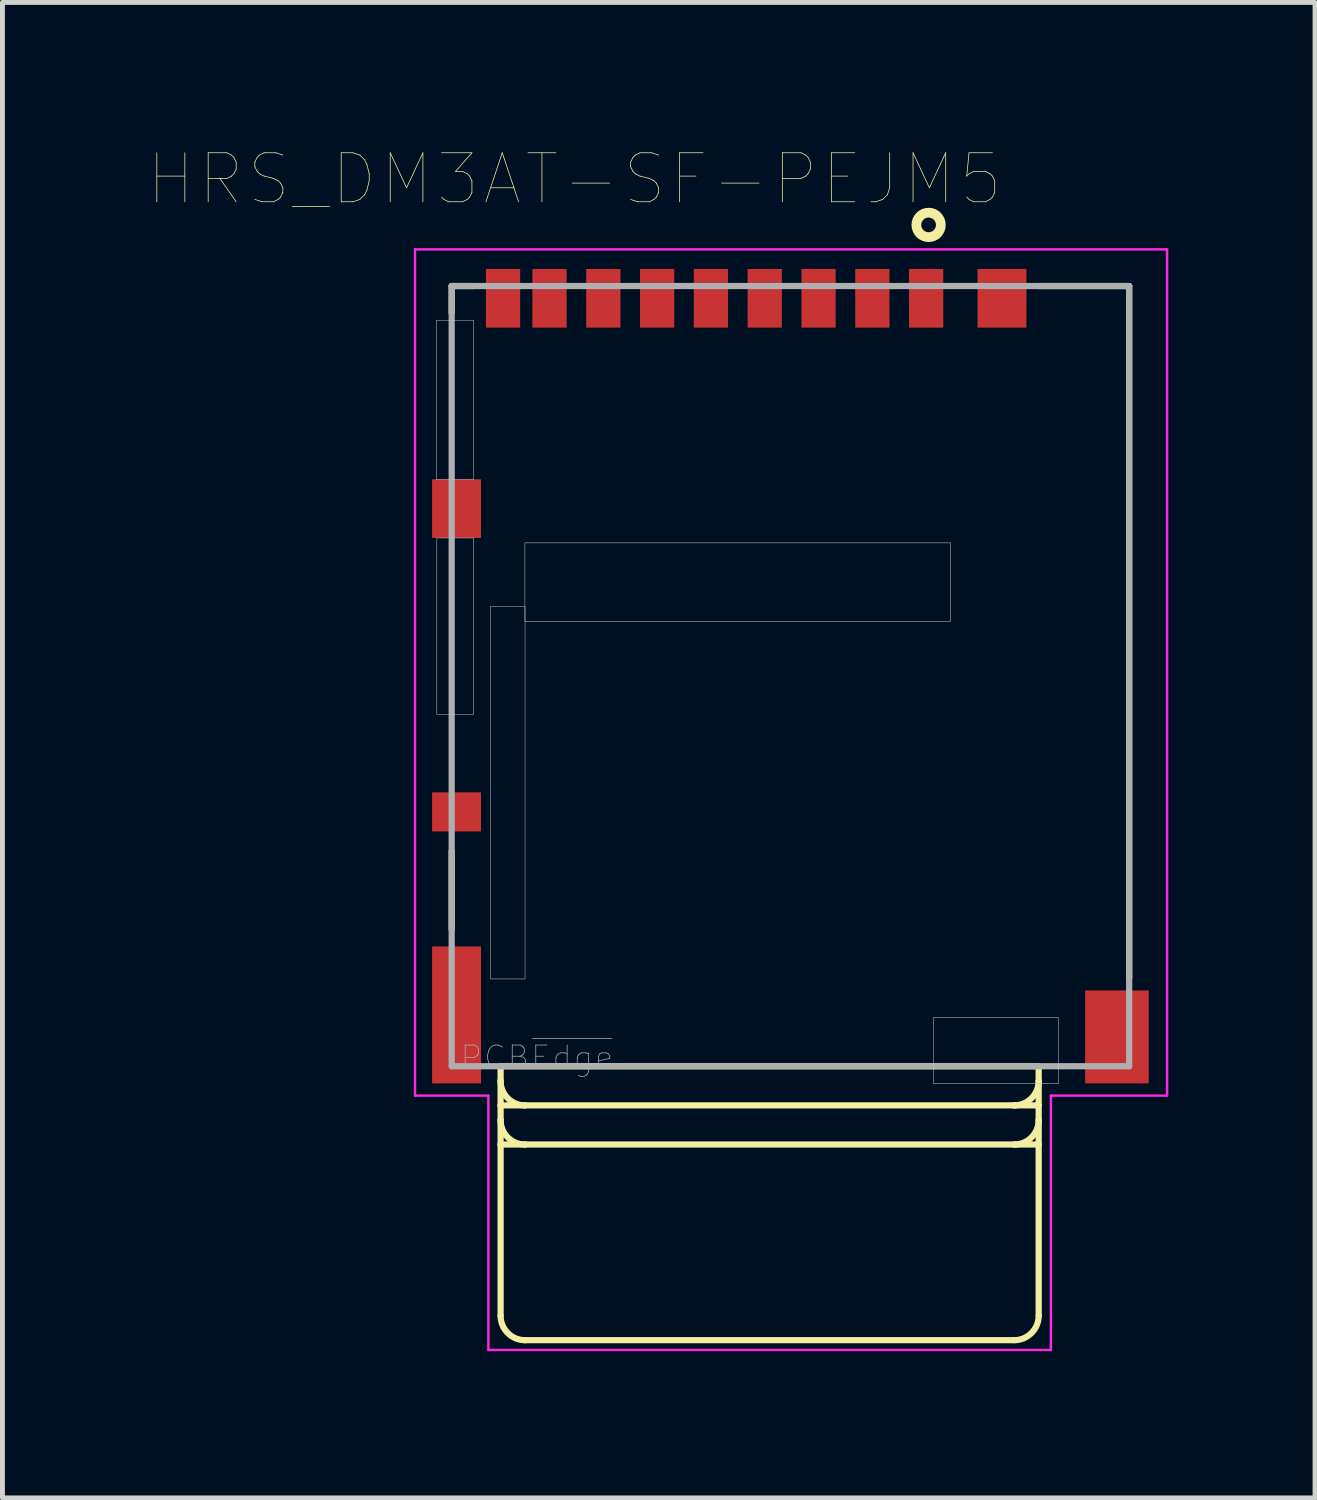
<source format=kicad_pcb>
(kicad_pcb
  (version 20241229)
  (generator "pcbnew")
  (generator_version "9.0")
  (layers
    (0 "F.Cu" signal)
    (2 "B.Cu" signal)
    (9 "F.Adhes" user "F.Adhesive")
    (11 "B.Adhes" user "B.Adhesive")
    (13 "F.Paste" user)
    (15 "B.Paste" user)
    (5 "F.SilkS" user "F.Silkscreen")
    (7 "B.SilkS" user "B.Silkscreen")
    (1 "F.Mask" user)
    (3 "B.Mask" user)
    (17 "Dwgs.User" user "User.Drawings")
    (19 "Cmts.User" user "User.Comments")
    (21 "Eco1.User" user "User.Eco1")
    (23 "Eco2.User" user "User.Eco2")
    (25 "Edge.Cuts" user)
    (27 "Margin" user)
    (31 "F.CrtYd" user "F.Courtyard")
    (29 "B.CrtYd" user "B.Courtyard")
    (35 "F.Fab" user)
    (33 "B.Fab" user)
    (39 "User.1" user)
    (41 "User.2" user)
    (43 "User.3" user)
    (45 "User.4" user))
  (footprint "HRS_DM3AT-SF-PEJM5"
    (layer "F.Cu")
    (at 12.684 3.048)
    (property "Reference" "HRS_DM3AT-SF-PEJM5" (at -3.987 -2.436 0) (layer "F.SilkS") (effects (font (size 1.002 1.002) (thickness 0.015))))
    (attr through_hole)
    (fp_line (start -6.5 -0.25) (end -6.5 0.3) (stroke (width 0.127) (type solid)) (layer "F.SilkS"))
    (fp_line (start -6.5 12.9) (end -6.5 11.3) (stroke (width 0.127) (type solid)) (layer "F.SilkS"))
    (fp_line (start -6.05 -0.25) (end -6.5 -0.25) (stroke (width 0.127) (type solid)) (layer "F.SilkS"))
    (fp_line (start -5.5 15.7) (end -5.5 16) (stroke (width 0.127) (type solid)) (layer "F.SilkS"))
    (fp_line (start -5.5 15.7) (end 5.5 15.7) (stroke (width 0.127) (type solid)) (layer "F.SilkS"))
    (fp_line (start -5.5 16.5) (end -5.5 16) (stroke (width 0.127) (type solid)) (layer "F.SilkS"))
    (fp_line (start -5.5 16.5) (end -5.5 16.8) (stroke (width 0.127) (type solid)) (layer "F.SilkS"))
    (fp_line (start -5.5 17.3) (end -5.5 16.8) (stroke (width 0.127) (type solid)) (layer "F.SilkS"))
    (fp_line (start -5.5 17.3) (end -5.5 20.8) (stroke (width 0.127) (type solid)) (layer "F.SilkS"))
    (fp_line (start -5 16.5) (end -5.5 16.5) (stroke (width 0.127) (type solid)) (layer "F.SilkS"))
    (fp_line (start -5 17.3) (end -5.5 17.3) (stroke (width 0.127) (type solid)) (layer "F.SilkS"))
    (fp_line (start 5 16.5) (end -5 16.5) (stroke (width 0.127) (type solid)) (layer "F.SilkS"))
    (fp_line (start 5 17.3) (end -5 17.3) (stroke (width 0.127) (type solid)) (layer "F.SilkS"))
    (fp_line (start 5 21.3) (end -5 21.3) (stroke (width 0.127) (type solid)) (layer "F.SilkS"))
    (fp_line (start 5.5 -0.25) (end 7.35 -0.25) (stroke (width 0.127) (type solid)) (layer "F.SilkS"))
    (fp_line (start 5.5 15.7) (end 5.5 16) (stroke (width 0.127) (type solid)) (layer "F.SilkS"))
    (fp_line (start 5.5 16) (end 5.5 16.5) (stroke (width 0.127) (type solid)) (layer "F.SilkS"))
    (fp_line (start 5.5 16.5) (end 5 16.5) (stroke (width 0.127) (type solid)) (layer "F.SilkS"))
    (fp_line (start 5.5 16.5) (end 5.5 16.8) (stroke (width 0.127) (type solid)) (layer "F.SilkS"))
    (fp_line (start 5.5 16.8) (end 5.5 17.3) (stroke (width 0.127) (type solid)) (layer "F.SilkS"))
    (fp_line (start 5.5 17.3) (end 5 17.3) (stroke (width 0.127) (type solid)) (layer "F.SilkS"))
    (fp_line (start 5.5 17.3) (end 5.5 20.8) (stroke (width 0.127) (type solid)) (layer "F.SilkS"))
    (fp_line (start 7.35 -0.25) (end 7.35 13.9) (stroke (width 0.127) (type solid)) (layer "F.SilkS"))
    (fp_arc (start -5 16.5) (mid -5.353553 16.353553) (end -5.5 16) (stroke (width 0.127) (type solid)) (layer "F.SilkS"))
    (fp_arc (start -5 17.3) (mid -5.353553 17.153553) (end -5.5 16.8) (stroke (width 0.127) (type solid)) (layer "F.SilkS"))
    (fp_arc (start -5 21.3) (mid -5.353553 21.153553) (end -5.5 20.8) (stroke (width 0.127) (type solid)) (layer "F.SilkS"))
    (fp_arc (start 5.5 16) (mid 5.353553 16.353553) (end 5 16.5) (stroke (width 0.127) (type solid)) (layer "F.SilkS"))
    (fp_arc (start 5.5 16.8) (mid 5.353553 17.153553) (end 5 17.3) (stroke (width 0.127) (type solid)) (layer "F.SilkS"))
    (fp_arc (start 5.5 20.8) (mid 5.353553 21.153553) (end 5 21.3) (stroke (width 0.127) (type solid)) (layer "F.SilkS"))
    (fp_circle (center 3.25 -1.5) (end 3.5 -1.5) (stroke (width 0.2) (type solid)) (fill no) (layer "F.SilkS"))
    (fp_poly (pts (xy -6.813 0.45) (xy -6.05 0.45) (xy -6.05 3.707) (xy -6.813 3.707)) (stroke (width 0.01) (type solid)) (fill no) (layer "Dwgs.User"))
    (fp_poly (pts (xy -6.804 4.9) (xy -6.05 4.9) (xy -6.05 8.505) (xy -6.804 8.505)) (stroke (width 0.01) (type solid)) (fill no) (layer "Dwgs.User"))
    (fp_poly (pts (xy -5.706 6.3) (xy -5 6.3) (xy -5 13.915) (xy -5.706 13.915)) (stroke (width 0.01) (type solid)) (fill no) (layer "Dwgs.User"))
    (fp_poly (pts (xy -5.003 5) (xy 3.7 5) (xy 3.7 6.604) (xy -5.003 6.604)) (stroke (width 0.01) (type solid)) (fill no) (layer "Dwgs.User"))
    (fp_poly (pts (xy 3.352 14.7) (xy 5.9 14.7) (xy 5.9 16.057) (xy 3.352 16.057)) (stroke (width 0.01) (type solid)) (fill no) (layer "Dwgs.User"))
    (fp_line (start -7.25 -1) (end 8.125 -1) (stroke (width 0.05) (type solid)) (layer "F.CrtYd"))
    (fp_line (start -7.25 16.3) (end -7.25 -1) (stroke (width 0.05) (type solid)) (layer "F.CrtYd"))
    (fp_line (start -5.75 16.3) (end -7.25 16.3) (stroke (width 0.05) (type solid)) (layer "F.CrtYd"))
    (fp_line (start -5.75 21.5) (end -5.75 16.3) (stroke (width 0.05) (type solid)) (layer "F.CrtYd"))
    (fp_line (start 5.75 16.3) (end 5.75 21.5) (stroke (width 0.05) (type solid)) (layer "F.CrtYd"))
    (fp_line (start 5.75 21.5) (end -5.75 21.5) (stroke (width 0.05) (type solid)) (layer "F.CrtYd"))
    (fp_line (start 8.125 -1) (end 8.125 16.3) (stroke (width 0.05) (type solid)) (layer "F.CrtYd"))
    (fp_line (start 8.125 16.3) (end 5.75 16.3) (stroke (width 0.05) (type solid)) (layer "F.CrtYd"))
    (fp_line (start -6.5 -0.25) (end 7.35 -0.25) (stroke (width 0.127) (type solid)) (layer "F.Fab"))
    (fp_line (start -6.5 15.7) (end -6.5 -0.25) (stroke (width 0.127) (type solid)) (layer "F.Fab"))
    (fp_line (start 7.35 -0.25) (end 7.35 15.7) (stroke (width 0.127) (type solid)) (layer "F.Fab"))
    (fp_line (start 7.35 15.7) (end -6.5 15.7) (stroke (width 0.127) (type solid)) (layer "F.Fab"))
    (fp_text user "PCB~{Edge}" (at -4.758 15.525 0) (layer "F.Fab") (effects (font (size 0.481 0.481) (thickness 0.015))))
    (pad "1" smd rect (at 3.2 0) (size 0.7 1.2) (layers "F.Cu" "F.Mask" "F.Paste"))
    (pad "2" smd rect (at 2.1 0) (size 0.7 1.2) (layers "F.Cu" "F.Mask" "F.Paste"))
    (pad "3" smd rect (at 1 0) (size 0.7 1.2) (layers "F.Cu" "F.Mask" "F.Paste"))
    (pad "4" smd rect (at -0.1 0) (size 0.7 1.2) (layers "F.Cu" "F.Mask" "F.Paste"))
    (pad "5" smd rect (at -1.2 0) (size 0.7 1.2) (layers "F.Cu" "F.Mask" "F.Paste"))
    (pad "6" smd rect (at -2.3 0) (size 0.7 1.2) (layers "F.Cu" "F.Mask" "F.Paste"))
    (pad "7" smd rect (at -3.4 0) (size 0.7 1.2) (layers "F.Cu" "F.Mask" "F.Paste"))
    (pad "8" smd rect (at -4.5 0) (size 0.7 1.2) (layers "F.Cu" "F.Mask" "F.Paste"))
    (pad "P1" smd rect (at -6.4 4.3) (size 1 1.2) (layers "F.Cu" "F.Mask" "F.Paste"))
    (pad "P2" smd rect (at -6.4 14.65) (size 1 2.8) (layers "F.Cu" "F.Mask" "F.Paste"))
    (pad "P3" smd rect (at 7.1 15.1) (size 1.3 1.9) (layers "F.Cu" "F.Mask" "F.Paste"))
    (pad "P4" smd rect (at 4.75 0) (size 1 1.2) (layers "F.Cu" "F.Mask" "F.Paste"))
    (pad "SWA" smd rect (at -6.4 10.5) (size 1 0.8) (layers "F.Cu" "F.Mask" "F.Paste"))
    (pad "SWB" smd rect (at -5.45 0) (size 0.7 1.2) (layers "F.Cu" "F.Mask" "F.Paste")))
  (gr_rect
    (start -3 -3)
    (end 23.834 27.573)
    (stroke (width 0.1) (type default))
    (fill no)
    (layer "Edge.Cuts")))
</source>
